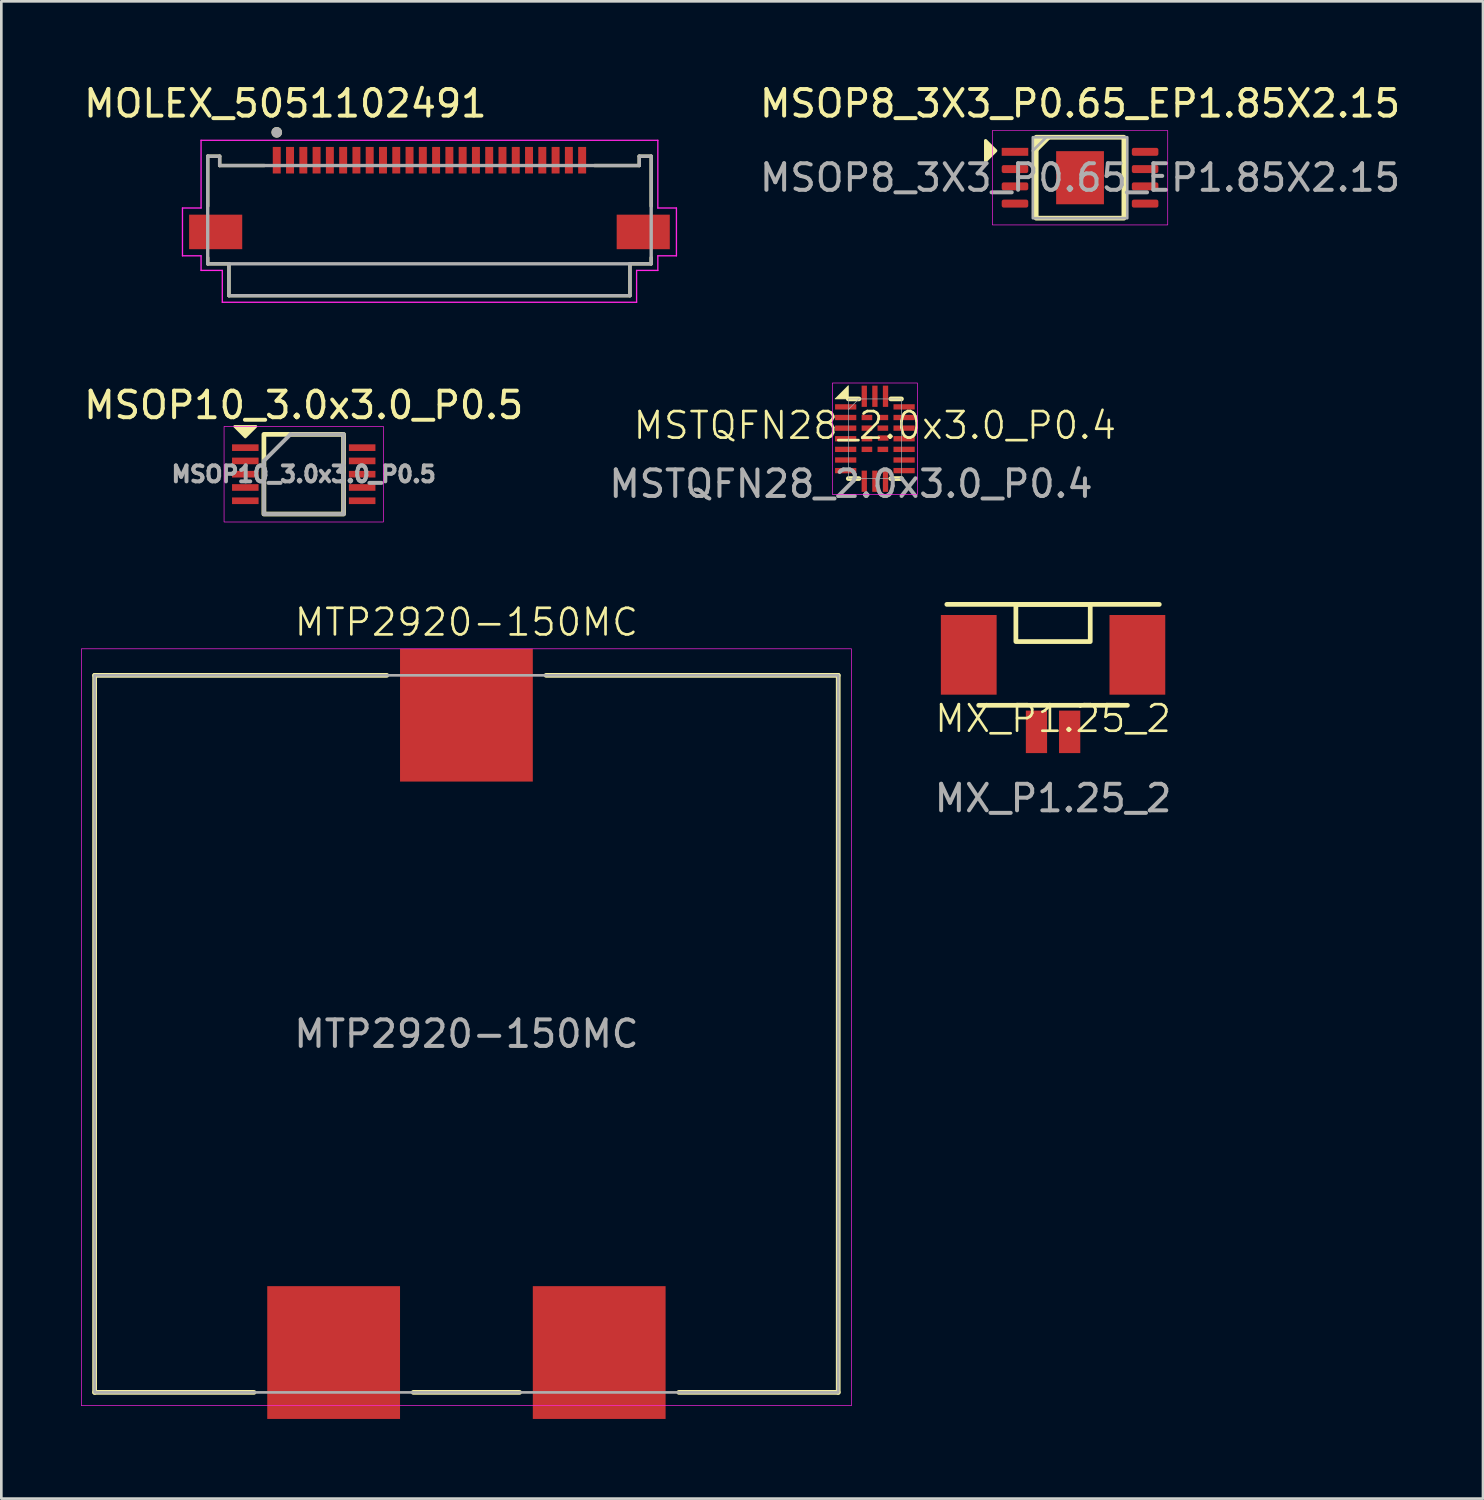
<source format=kicad_pcb>
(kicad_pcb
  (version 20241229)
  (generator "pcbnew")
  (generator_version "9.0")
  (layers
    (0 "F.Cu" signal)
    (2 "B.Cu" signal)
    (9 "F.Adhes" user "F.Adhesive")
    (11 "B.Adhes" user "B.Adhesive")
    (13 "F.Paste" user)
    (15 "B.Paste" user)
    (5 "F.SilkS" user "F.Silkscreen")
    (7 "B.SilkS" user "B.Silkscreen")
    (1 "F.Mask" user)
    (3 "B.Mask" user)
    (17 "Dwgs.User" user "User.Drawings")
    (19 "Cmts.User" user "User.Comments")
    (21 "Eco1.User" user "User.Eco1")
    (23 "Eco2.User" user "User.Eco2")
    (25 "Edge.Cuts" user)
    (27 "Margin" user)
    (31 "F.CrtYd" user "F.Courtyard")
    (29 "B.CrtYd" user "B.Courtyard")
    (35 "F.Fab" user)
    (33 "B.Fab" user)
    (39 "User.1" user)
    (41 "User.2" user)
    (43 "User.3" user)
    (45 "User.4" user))
  (footprint "MSOP10_3.0x3.0_P0.5"
    (layer "F.Cu")
    (at 8.387 14.806)
    (property "Reference" "MSOP10_3.0x3.0_P0.5" (at 0 -2.6 0) (layer "F.SilkS") (effects (font (size 1 1) (thickness 0.15))))
    (attr smd)
    (fp_rect (start -1.5 1.5) (end 1.5 -1.5) (stroke (width 0.178) (type default)) (fill no) (layer "F.SilkS"))
    (fp_poly (pts (xy -2.2 -1.4) (xy -1.8 -1.8) (xy -2.6 -1.8)) (stroke (width 0.1) (type solid)) (fill yes) (layer "F.SilkS"))
    (fp_rect (start -3 -1.8) (end 3 1.8) (stroke (width 0.025) (type default)) (fill no) (layer "F.CrtYd"))
    (fp_line (start -1.5 -0.5) (end -0.5 -1.5) (stroke (width 0.15) (type solid)) (layer "F.Fab"))
    (fp_line (start -1.5 1.5) (end -1.5 -0.5) (stroke (width 0.15) (type solid)) (layer "F.Fab"))
    (fp_line (start -0.5 -1.5) (end 1.5 -1.5) (stroke (width 0.15) (type solid)) (layer "F.Fab"))
    (fp_line (start 1.5 -1.5) (end 1.5 1.5) (stroke (width 0.15) (type solid)) (layer "F.Fab"))
    (fp_line (start 1.5 1.5) (end -1.5 1.5) (stroke (width 0.15) (type solid)) (layer "F.Fab"))
    (fp_text user "${REFERENCE}" (at 0 0 0) (layer "F.Fab") (effects (font (size 0.6 0.6) (thickness 0.15))))
    (pad "1" smd rect (at -2.2 -1) (size 1 0.25) (layers "F.Cu" "F.Mask" "F.Paste"))
    (pad "2" smd rect (at -2.2 -0.5) (size 1 0.25) (layers "F.Cu" "F.Mask" "F.Paste"))
    (pad "3" smd rect (at -2.2 0) (size 1 0.25) (layers "F.Cu" "F.Mask" "F.Paste"))
    (pad "4" smd rect (at -2.2 0.5) (size 1 0.25) (layers "F.Cu" "F.Mask" "F.Paste"))
    (pad "5" smd rect (at -2.2 1) (size 1 0.25) (layers "F.Cu" "F.Mask" "F.Paste"))
    (pad "6" smd rect (at 2.2 1) (size 1 0.25) (layers "F.Cu" "F.Mask" "F.Paste"))
    (pad "7" smd rect (at 2.2 0.5) (size 1 0.25) (layers "F.Cu" "F.Mask" "F.Paste"))
    (pad "8" smd rect (at 2.2 0) (size 1 0.25) (layers "F.Cu" "F.Mask" "F.Paste"))
    (pad "9" smd rect (at 2.2 -0.5) (size 1 0.25) (layers "F.Cu" "F.Mask" "F.Paste"))
    (pad "10" smd rect (at 2.2 -1) (size 1 0.25) (layers "F.Cu" "F.Mask" "F.Paste")))
  (footprint "MOLEX_5051102491"
    (layer "F.Cu")
    (at 13.121 5.683)
    (property "Reference" "MOLEX_5051102491" (at -5.425 -4.835 0) (layer "F.SilkS") (effects (font (size 1 1) (thickness 0.15))))
    (attr smd)
    (fp_line (start -8.35 -2.85) (end -8.35 -0.97) (stroke (width 0.127) (type solid)) (layer "F.SilkS"))
    (fp_line (start -8.35 0.97) (end -8.35 1.2) (stroke (width 0.127) (type solid)) (layer "F.SilkS"))
    (fp_line (start -8.35 1.2) (end -7.55 1.2) (stroke (width 0.127) (type solid)) (layer "F.SilkS"))
    (fp_line (start -7.9 -2.85) (end -8.35 -2.85) (stroke (width 0.127) (type solid)) (layer "F.SilkS"))
    (fp_line (start -7.9 -2.5) (end -7.9 -2.85) (stroke (width 0.127) (type solid)) (layer "F.SilkS"))
    (fp_line (start -7.9 -2.5) (end -6.22 -2.5) (stroke (width 0.127) (type solid)) (layer "F.SilkS"))
    (fp_line (start -7.55 1.2) (end -7.55 2.4) (stroke (width 0.127) (type solid)) (layer "F.SilkS"))
    (fp_line (start -7.55 2.4) (end 7.55 2.4) (stroke (width 0.127) (type solid)) (layer "F.SilkS"))
    (fp_line (start 6.22 -2.5) (end 7.9 -2.5) (stroke (width 0.127) (type solid)) (layer "F.SilkS"))
    (fp_line (start 7.55 1.2) (end 8.35 1.2) (stroke (width 0.127) (type solid)) (layer "F.SilkS"))
    (fp_line (start 7.55 2.4) (end 7.55 1.2) (stroke (width 0.127) (type solid)) (layer "F.SilkS"))
    (fp_line (start 7.9 -2.85) (end 7.9 -2.5) (stroke (width 0.127) (type solid)) (layer "F.SilkS"))
    (fp_line (start 8.35 -2.85) (end 7.9 -2.85) (stroke (width 0.127) (type solid)) (layer "F.SilkS"))
    (fp_line (start 8.35 -0.97) (end 8.35 -2.85) (stroke (width 0.127) (type solid)) (layer "F.SilkS"))
    (fp_line (start 8.35 1.2) (end 8.35 0.97) (stroke (width 0.127) (type solid)) (layer "F.SilkS"))
    (fp_circle (center -5.75 -3.75) (end -5.65 -3.75) (stroke (width 0.2) (type solid)) (fill no) (layer "F.SilkS"))
    (fp_line (start -9.3 -0.9) (end -8.6 -0.9) (stroke (width 0.05) (type solid)) (layer "F.CrtYd"))
    (fp_line (start -9.3 0.9) (end -9.3 -0.9) (stroke (width 0.05) (type solid)) (layer "F.CrtYd"))
    (fp_line (start -9.3 0.9) (end -8.6 0.9) (stroke (width 0.05) (type solid)) (layer "F.CrtYd"))
    (fp_line (start -8.6 -3.45) (end 8.6 -3.45) (stroke (width 0.05) (type solid)) (layer "F.CrtYd"))
    (fp_line (start -8.6 -0.9) (end -8.6 -3.45) (stroke (width 0.05) (type solid)) (layer "F.CrtYd"))
    (fp_line (start -8.6 0.9) (end -8.6 1.45) (stroke (width 0.05) (type solid)) (layer "F.CrtYd"))
    (fp_line (start -7.8 1.45) (end -8.6 1.45) (stroke (width 0.05) (type solid)) (layer "F.CrtYd"))
    (fp_line (start -7.8 2.65) (end -7.8 1.45) (stroke (width 0.05) (type solid)) (layer "F.CrtYd"))
    (fp_line (start 7.8 1.45) (end 7.8 2.65) (stroke (width 0.05) (type solid)) (layer "F.CrtYd"))
    (fp_line (start 7.8 2.65) (end -7.8 2.65) (stroke (width 0.05) (type solid)) (layer "F.CrtYd"))
    (fp_line (start 8.6 -3.45) (end 8.6 -0.9) (stroke (width 0.05) (type solid)) (layer "F.CrtYd"))
    (fp_line (start 8.6 -0.9) (end 9.3 -0.9) (stroke (width 0.05) (type solid)) (layer "F.CrtYd"))
    (fp_line (start 8.6 0.9) (end 8.6 1.45) (stroke (width 0.05) (type solid)) (layer "F.CrtYd"))
    (fp_line (start 8.6 1.45) (end 7.8 1.45) (stroke (width 0.05) (type solid)) (layer "F.CrtYd"))
    (fp_line (start 9.3 -0.9) (end 9.3 0.9) (stroke (width 0.05) (type solid)) (layer "F.CrtYd"))
    (fp_line (start 9.3 0.9) (end 8.6 0.9) (stroke (width 0.05) (type solid)) (layer "F.CrtYd"))
    (fp_line (start -8.35 -2.85) (end -8.35 1.2) (stroke (width 0.127) (type solid)) (layer "F.Fab"))
    (fp_line (start -8.35 1.2) (end -7.55 1.2) (stroke (width 0.127) (type solid)) (layer "F.Fab"))
    (fp_line (start -7.9 -2.85) (end -8.35 -2.85) (stroke (width 0.127) (type solid)) (layer "F.Fab"))
    (fp_line (start -7.9 -2.5) (end -7.9 -2.85) (stroke (width 0.127) (type solid)) (layer "F.Fab"))
    (fp_line (start -7.55 1.2) (end -7.55 2.4) (stroke (width 0.127) (type solid)) (layer "F.Fab"))
    (fp_line (start -7.55 1.2) (end 7.55 1.2) (stroke (width 0.127) (type solid)) (layer "F.Fab"))
    (fp_line (start -7.55 2.4) (end 7.55 2.4) (stroke (width 0.127) (type solid)) (layer "F.Fab"))
    (fp_line (start 7.55 1.2) (end 8.35 1.2) (stroke (width 0.127) (type solid)) (layer "F.Fab"))
    (fp_line (start 7.55 2.4) (end 7.55 1.2) (stroke (width 0.127) (type solid)) (layer "F.Fab"))
    (fp_line (start 7.9 -2.85) (end 7.9 -2.5) (stroke (width 0.127) (type solid)) (layer "F.Fab"))
    (fp_line (start 7.9 -2.5) (end -7.9 -2.5) (stroke (width 0.127) (type solid)) (layer "F.Fab"))
    (fp_line (start 8.35 -2.85) (end 7.9 -2.85) (stroke (width 0.127) (type solid)) (layer "F.Fab"))
    (fp_line (start 8.35 1.2) (end 8.35 -2.85) (stroke (width 0.127) (type solid)) (layer "F.Fab"))
    (fp_circle (center -5.75 -3.75) (end -5.65 -3.75) (stroke (width 0.2) (type solid)) (fill no) (layer "F.Fab"))
    (pad "1" smd rect (at -5.75 -2.7) (size 0.3 1) (layers "F.Cu" "F.Mask" "F.Paste"))
    (pad "2" smd rect (at -5.25 -2.7) (size 0.3 1) (layers "F.Cu" "F.Mask" "F.Paste"))
    (pad "3" smd rect (at -4.75 -2.7) (size 0.3 1) (layers "F.Cu" "F.Mask" "F.Paste"))
    (pad "4" smd rect (at -4.25 -2.7) (size 0.3 1) (layers "F.Cu" "F.Mask" "F.Paste"))
    (pad "5" smd rect (at -3.75 -2.7) (size 0.3 1) (layers "F.Cu" "F.Mask" "F.Paste"))
    (pad "6" smd rect (at -3.25 -2.7) (size 0.3 1) (layers "F.Cu" "F.Mask" "F.Paste"))
    (pad "7" smd rect (at -2.75 -2.7) (size 0.3 1) (layers "F.Cu" "F.Mask" "F.Paste"))
    (pad "8" smd rect (at -2.25 -2.7) (size 0.3 1) (layers "F.Cu" "F.Mask" "F.Paste"))
    (pad "9" smd rect (at -1.75 -2.7) (size 0.3 1) (layers "F.Cu" "F.Mask" "F.Paste"))
    (pad "10" smd rect (at -1.25 -2.7) (size 0.3 1) (layers "F.Cu" "F.Mask" "F.Paste"))
    (pad "11" smd rect (at -0.75 -2.7) (size 0.3 1) (layers "F.Cu" "F.Mask" "F.Paste"))
    (pad "12" smd rect (at -0.25 -2.7) (size 0.3 1) (layers "F.Cu" "F.Mask" "F.Paste"))
    (pad "13" smd rect (at 0.25 -2.7) (size 0.3 1) (layers "F.Cu" "F.Mask" "F.Paste"))
    (pad "14" smd rect (at 0.75 -2.7) (size 0.3 1) (layers "F.Cu" "F.Mask" "F.Paste"))
    (pad "15" smd rect (at 1.25 -2.7) (size 0.3 1) (layers "F.Cu" "F.Mask" "F.Paste"))
    (pad "16" smd rect (at 1.75 -2.7) (size 0.3 1) (layers "F.Cu" "F.Mask" "F.Paste"))
    (pad "17" smd rect (at 2.25 -2.7) (size 0.3 1) (layers "F.Cu" "F.Mask" "F.Paste"))
    (pad "18" smd rect (at 2.75 -2.7) (size 0.3 1) (layers "F.Cu" "F.Mask" "F.Paste"))
    (pad "19" smd rect (at 3.25 -2.7) (size 0.3 1) (layers "F.Cu" "F.Mask" "F.Paste"))
    (pad "20" smd rect (at 3.75 -2.7) (size 0.3 1) (layers "F.Cu" "F.Mask" "F.Paste"))
    (pad "21" smd rect (at 4.25 -2.7) (size 0.3 1) (layers "F.Cu" "F.Mask" "F.Paste"))
    (pad "22" smd rect (at 4.75 -2.7) (size 0.3 1) (layers "F.Cu" "F.Mask" "F.Paste"))
    (pad "23" smd rect (at 5.25 -2.7) (size 0.3 1) (layers "F.Cu" "F.Mask" "F.Paste"))
    (pad "24" smd rect (at 5.75 -2.7) (size 0.3 1) (layers "F.Cu" "F.Mask" "F.Paste"))
    (pad "SH" smd rect (at -8.05 0) (size 2 1.3) (layers "F.Cu" "F.Mask" "F.Paste"))
    (pad "SH" smd rect (at 8.05 0) (size 2 1.3) (layers "F.Cu" "F.Mask" "F.Paste")))
  (footprint "MSOP8_3X3_P0.65_EP1.85X2.15"
    (layer "F.Cu")
    (at 37.619 3.642)
    (property "Reference" "MSOP8_3X3_P0.65_EP1.85X2.15" (at 0 -2.794 0) (unlocked yes) (layer "F.SilkS") (effects (font (size 1 1) (thickness 0.15))))
    (attr smd)
    (fp_rect (start -1.651 -1.524) (end 1.651 1.524) (stroke (width 0.178) (type solid)) (fill no) (layer "F.SilkS"))
    (fp_poly (pts (xy -3.175 -1.016) (xy -3.556 -0.635) (xy -3.556 -1.397)) (stroke (width 0.12) (type solid)) (fill yes) (layer "F.SilkS"))
    (fp_poly (pts (xy -1.651 -1.016) (xy -1.651 -1.524) (xy -1.143 -1.524)) (stroke (width 0.12) (type solid)) (fill yes) (layer "F.SilkS"))
    (fp_rect (start -3.302 -1.778) (end 3.302 1.778) (stroke (width 0.025) (type solid)) (fill no) (layer "F.CrtYd"))
    (fp_line (start -1.778 -1.016) (end -1.27 -1.524) (stroke (width 0.1) (type solid)) (layer "F.Fab"))
    (fp_rect (start -1.778 -1.524) (end 1.778 1.524) (stroke (width 0.1) (type solid)) (fill no) (layer "F.Fab"))
    (fp_text user "${REFERENCE}" (at 0 0 0) (unlocked yes) (layer "F.Fab") (effects (font (size 1 1) (thickness 0.15))))
    (pad "1" smd rect (at -2.45 -0.975) (size 1 0.3) (layers "F.Cu" "F.Mask" "F.Paste"))
    (pad "2" smd roundrect (at -2.45 -0.325) (size 1 0.3) (layers "F.Cu" "F.Mask" "F.Paste") (roundrect_rratio 0.25))
    (pad "3" smd roundrect (at -2.45 0.325) (size 1 0.3) (layers "F.Cu" "F.Mask" "F.Paste") (roundrect_rratio 0.25))
    (pad "4" smd roundrect (at -2.45 0.975) (size 1 0.3) (layers "F.Cu" "F.Mask" "F.Paste") (roundrect_rratio 0.25))
    (pad "5" smd roundrect (at 2.45 0.975) (size 1 0.3) (layers "F.Cu" "F.Mask" "F.Paste") (roundrect_rratio 0.25))
    (pad "6" smd roundrect (at 2.45 0.325) (size 1 0.3) (layers "F.Cu" "F.Mask" "F.Paste") (roundrect_rratio 0.25))
    (pad "7" smd roundrect (at 2.45 -0.325) (size 1 0.3) (layers "F.Cu" "F.Mask" "F.Paste") (roundrect_rratio 0.25))
    (pad "8" smd roundrect (at 2.45 -0.975) (size 1 0.3) (layers "F.Cu" "F.Mask" "F.Paste") (roundrect_rratio 0.25))
    (pad "9" smd rect (at 0 0) (size 1.8 2) (layers "F.Cu" "F.Mask" "F.Paste")))
  (footprint "MSTQFN28_2.0x3.0_P0.4"
    (layer "F.Cu")
    (at 29.894 13.471)
    (property "Reference" "MSTQFN28_2.0x3.0_P0.4" (at 0 -0.5 0) (unlocked yes) (layer "F.SilkS") (effects (font (size 1 1) (thickness 0.1))))
    (attr smd)
    (fp_line (start -1 -1.5) (end -0.6 -1.5) (stroke (width 0.178) (type default)) (layer "F.SilkS"))
    (fp_line (start -1 1.5) (end -0.6 1.5) (stroke (width 0.178) (type default)) (layer "F.SilkS"))
    (fp_line (start 0.6 -1.5) (end 1 -1.5) (stroke (width 0.178) (type default)) (layer "F.SilkS"))
    (fp_line (start 0.6 1.5) (end 1 1.5) (stroke (width 0.178) (type default)) (layer "F.SilkS"))
    (fp_poly (pts (xy -1.5 -1.5) (xy -1 -1.5) (xy -1 -2)) (stroke (width 0.025) (type solid)) (fill yes) (layer "F.SilkS"))
    (fp_rect (start -1.6 2.1) (end 1.6 -2.1) (stroke (width 0.025) (type default)) (fill no) (layer "F.CrtYd"))
    (fp_line (start -1 -1.1) (end -0.6 -1.5) (stroke (width 0.025) (type default)) (layer "F.Fab"))
    (fp_rect (start -1 1.5) (end 1 -1.5) (stroke (width 0.025) (type default)) (fill no) (layer "F.Fab"))
    (fp_text user "${REFERENCE}" (at -0.9 1.7 0) (unlocked yes) (layer "F.Fab") (effects (font (size 1 1) (thickness 0.15))))
    (pad "1" smd rect (at -1.1 -1.2) (size 0.8 0.2) (layers "F.Cu" "F.Mask" "F.Paste"))
    (pad "2" smd rect (at -1.1 -0.8) (size 0.8 0.2) (layers "F.Cu" "F.Mask" "F.Paste"))
    (pad "3" smd rect (at -1.1 -0.4) (size 0.8 0.2) (layers "F.Cu" "F.Mask" "F.Paste"))
    (pad "4" smd rect (at -1.1 0) (size 0.8 0.2) (layers "F.Cu" "F.Mask" "F.Paste"))
    (pad "5" smd rect (at -1.1 0.4) (size 0.8 0.2) (layers "F.Cu" "F.Mask" "F.Paste"))
    (pad "6" smd rect (at -1.1 0.8) (size 0.8 0.2) (layers "F.Cu" "F.Mask" "F.Paste"))
    (pad "7" smd rect (at -1.1 1.2) (size 0.8 0.2) (layers "F.Cu" "F.Mask" "F.Paste"))
    (pad "8" smd rect (at -0.4 1.6) (size 0.2 0.8) (layers "F.Cu" "F.Mask" "F.Paste"))
    (pad "9" smd rect (at 0 1.6) (size 0.2 0.8) (layers "F.Cu" "F.Mask" "F.Paste"))
    (pad "10" smd rect (at 0.4 1.6) (size 0.2 0.8) (layers "F.Cu" "F.Mask" "F.Paste"))
    (pad "11" smd rect (at 1.1 1.2) (size 0.8 0.2) (layers "F.Cu" "F.Mask" "F.Paste"))
    (pad "12" smd rect (at 1.1 0.8) (size 0.8 0.2) (layers "F.Cu" "F.Mask" "F.Paste"))
    (pad "13" smd rect (at 1.1 0.4) (size 0.8 0.2) (layers "F.Cu" "F.Mask" "F.Paste"))
    (pad "14" smd rect (at 1.1 0) (size 0.8 0.2) (layers "F.Cu" "F.Mask" "F.Paste"))
    (pad "15" smd rect (at 1.1 -0.4) (size 0.8 0.2) (layers "F.Cu" "F.Mask" "F.Paste"))
    (pad "16" smd rect (at 1.1 -0.8) (size 0.8 0.2) (layers "F.Cu" "F.Mask" "F.Paste"))
    (pad "17" smd rect (at 1.1 -1.2) (size 0.8 0.2) (layers "F.Cu" "F.Mask" "F.Paste"))
    (pad "18" smd rect (at 0.4 -1.6) (size 0.2 0.8) (layers "F.Cu" "F.Mask" "F.Paste"))
    (pad "19" smd rect (at 0 -1.6) (size 0.2 0.8) (layers "F.Cu" "F.Mask" "F.Paste"))
    (pad "20" smd rect (at -0.4 -1.6) (size 0.2 0.8) (layers "F.Cu" "F.Mask" "F.Paste"))
    (pad "21" smd rect (at -0.3 -0.8) (size 0.4 0.2) (layers "F.Cu" "F.Mask" "F.Paste"))
    (pad "22" smd rect (at -0.3 -0.4) (size 0.4 0.2) (layers "F.Cu" "F.Mask" "F.Paste"))
    (pad "23" smd rect (at -0.3 0) (size 0.4 0.2) (layers "F.Cu" "F.Mask" "F.Paste"))
    (pad "24" smd rect (at -0.3 0.4) (size 0.4 0.2) (layers "F.Cu" "F.Mask" "F.Paste"))
    (pad "25" smd rect (at 0.3 0.4) (size 0.4 0.2) (layers "F.Cu" "F.Mask" "F.Paste"))
    (pad "26" smd rect (at 0.312 -0.027) (size 0.4 0.2) (layers "F.Cu" "F.Mask" "F.Paste"))
    (pad "27" smd rect (at 0.3 -0.4) (size 0.4 0.2) (layers "F.Cu" "F.Mask" "F.Paste"))
    (pad "28" smd rect (at 0.3 -0.8) (size 0.4 0.2) (layers "F.Cu" "F.Mask" "F.Paste")))
  (footprint "MTP2920-150MC"
    (layer "F.Cu")
    (at 14.513 35.88)
    (property "Reference" "MTP2920-150MC" (at 0 -15.5 0) (unlocked yes) (layer "F.SilkS") (effects (font (size 1 1) (thickness 0.1))))
    (attr smd)
    (fp_line (start -14 -13.5) (end -3 -13.5) (stroke (width 0.178) (type default)) (layer "F.SilkS"))
    (fp_line (start -14 13.5) (end -14 -13.5) (stroke (width 0.178) (type default)) (layer "F.SilkS"))
    (fp_line (start -8 13.5) (end -14 13.5) (stroke (width 0.178) (type default)) (layer "F.SilkS"))
    (fp_line (start -2 13.5) (end 2 13.5) (stroke (width 0.178) (type default)) (layer "F.SilkS"))
    (fp_line (start 3 -13.5) (end 14 -13.5) (stroke (width 0.178) (type default)) (layer "F.SilkS"))
    (fp_line (start 14 -13.5) (end 14 13.5) (stroke (width 0.178) (type default)) (layer "F.SilkS"))
    (fp_line (start 14 13.5) (end 8 13.5) (stroke (width 0.178) (type default)) (layer "F.SilkS"))
    (fp_rect (start -14.5 -14.5) (end 14.5 14) (stroke (width 0.025) (type default)) (fill no) (layer "F.CrtYd"))
    (fp_rect (start -14 -13.5) (end 14 13.5) (stroke (width 0.1) (type default)) (fill no) (layer "F.Fab"))
    (fp_text user "${REFERENCE}" (at 0 0 0) (unlocked yes) (layer "F.Fab") (effects (font (size 1 1) (thickness 0.15))))
    (pad "" smd rect (at -6.5 10.5) (size 2 2) (layers "F.Paste"))
    (pad "" smd rect (at -6.5 13.5) (size 2 2) (layers "F.Paste"))
    (pad "" smd rect (at -3.5 10.5) (size 2 2) (layers "F.Paste"))
    (pad "" smd rect (at -3.5 13.5) (size 2 2) (layers "F.Paste"))
    (pad "" smd rect (at -1.5 -13.5) (size 2 2) (layers "F.Paste"))
    (pad "" smd rect (at -1.5 -10.5) (size 2 2) (layers "F.Paste"))
    (pad "" smd rect (at 1.5 -13.5) (size 2 2) (layers "F.Paste"))
    (pad "" smd rect (at 1.5 -10.5) (size 2 2) (layers "F.Paste"))
    (pad "" smd rect (at 3.5 10.5) (size 2 2) (layers "F.Paste"))
    (pad "" smd rect (at 3.5 13.5) (size 2 2) (layers "F.Paste"))
    (pad "" smd rect (at 6.5 10.5) (size 2 2) (layers "F.Paste"))
    (pad "" smd rect (at 6.5 13.5) (size 2 2) (layers "F.Paste"))
    (pad "1" smd rect (at -5 12) (size 5 5) (layers "F.Cu" "F.Mask"))
    (pad "2" smd rect (at 5 12) (size 5 5) (layers "F.Cu" "F.Mask"))
    (pad "3" smd rect (at 0 -12) (size 5 5) (layers "F.Cu" "F.Mask")))
  (footprint "MX_P1.25_2"
    (layer "F.Cu")
    (at 36.603 24.508)
    (property "Reference" "MX_P1.25_2" (at 0 -0.5 0) (unlocked yes) (layer "F.SilkS") (effects (font (size 1 1) (thickness 0.1))))
    (attr smd)
    (fp_line (start 2.8 -1) (end -2.8 -1) (stroke (width 0.178) (type default)) (layer "F.SilkS"))
    (fp_line (start 4 -4.8) (end -4 -4.8) (stroke (width 0.178) (type default)) (layer "F.SilkS"))
    (fp_rect (start -1.4 -4.8) (end 1.4 -3.4) (stroke (width 0.178) (type default)) (fill no) (layer "F.SilkS"))
    (fp_text user "${REFERENCE}" (at 0 2.5 0) (unlocked yes) (layer "F.Fab") (effects (font (size 1 1) (thickness 0.15))))
    (pad "1" smd rect (at -0.625 0) (size 0.8 1.6) (layers "F.Cu" "F.Mask" "F.Paste"))
    (pad "2" smd rect (at 0.625 0) (size 0.8 1.6) (layers "F.Cu" "F.Mask" "F.Paste"))
    (pad "SH" smd rect (at -3.175 -2.9) (size 2.1 3) (layers "F.Cu" "F.Mask" "F.Paste"))
    (pad "SH" smd rect (at 3.175 -2.9) (size 2.1 3) (layers "F.Cu" "F.Mask" "F.Paste")))
  (gr_rect
    (start -3 -3)
    (end 52.792 53.38)
    (stroke (width 0.1) (type default))
    (fill no)
    (layer "Edge.Cuts")))
</source>
